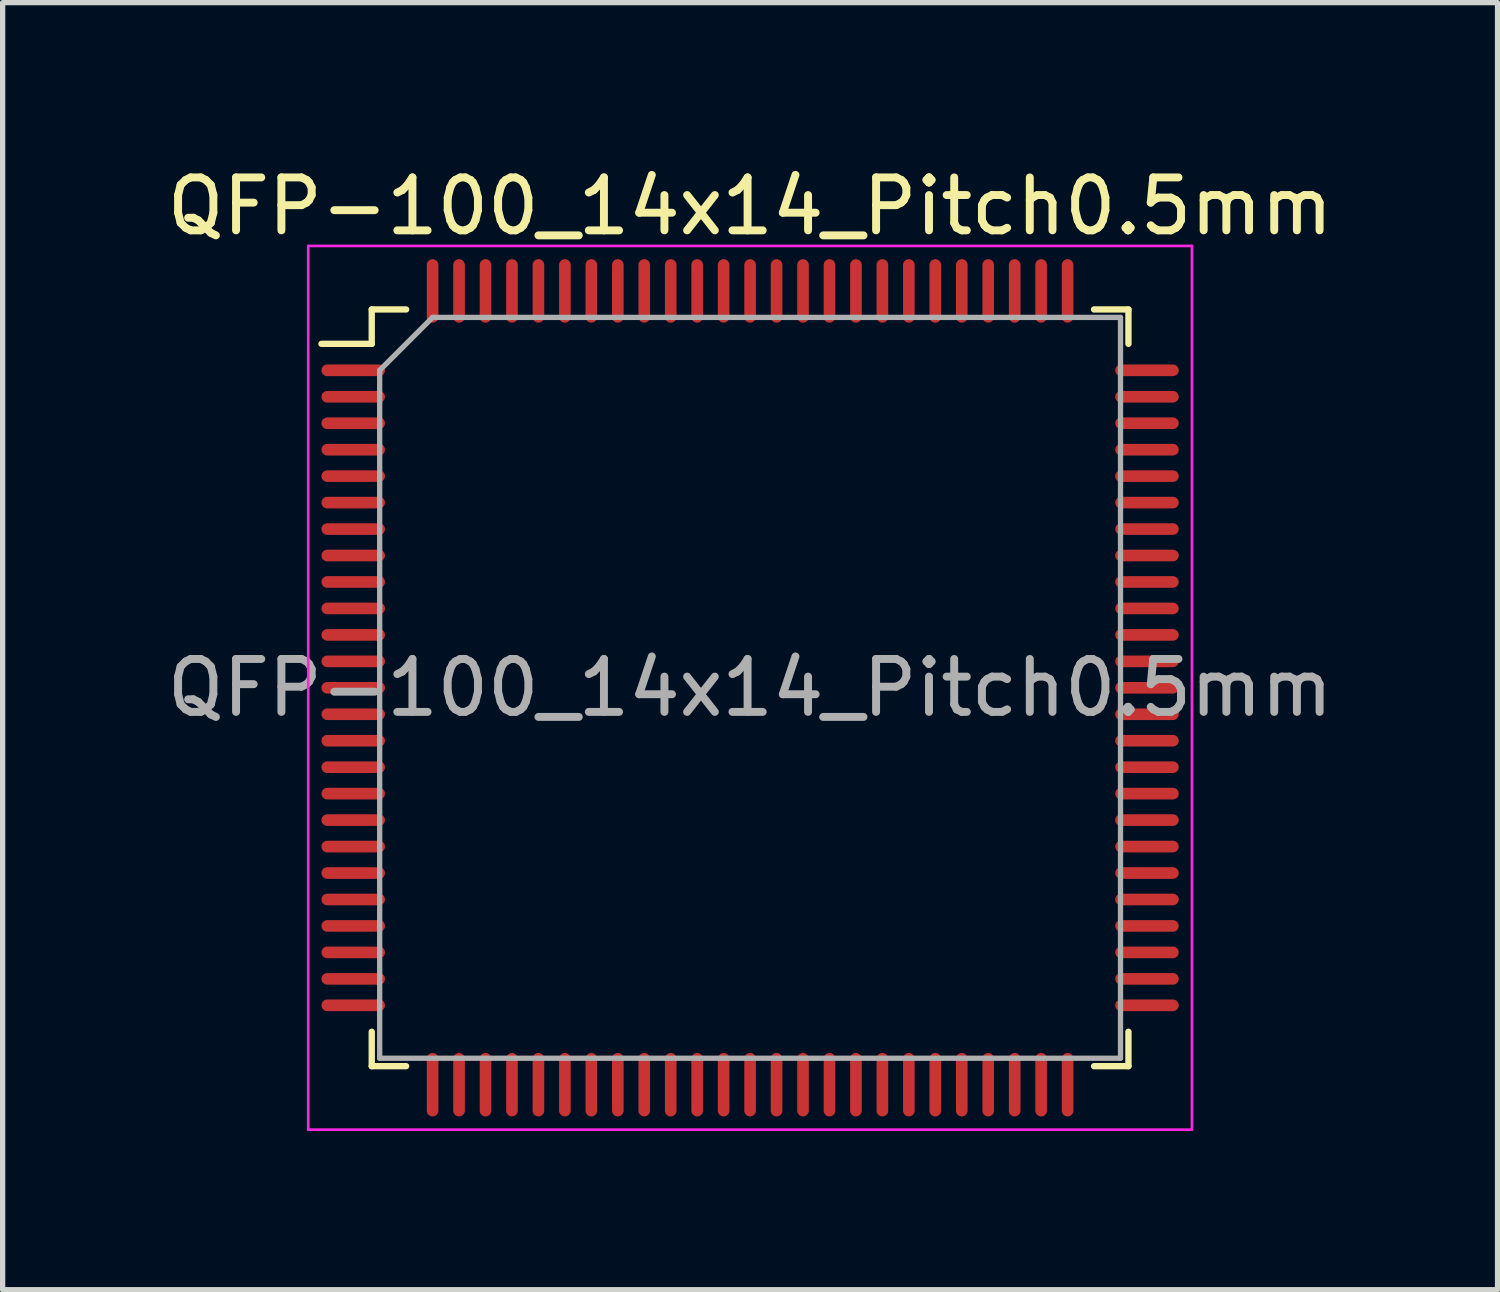
<source format=kicad_pcb>
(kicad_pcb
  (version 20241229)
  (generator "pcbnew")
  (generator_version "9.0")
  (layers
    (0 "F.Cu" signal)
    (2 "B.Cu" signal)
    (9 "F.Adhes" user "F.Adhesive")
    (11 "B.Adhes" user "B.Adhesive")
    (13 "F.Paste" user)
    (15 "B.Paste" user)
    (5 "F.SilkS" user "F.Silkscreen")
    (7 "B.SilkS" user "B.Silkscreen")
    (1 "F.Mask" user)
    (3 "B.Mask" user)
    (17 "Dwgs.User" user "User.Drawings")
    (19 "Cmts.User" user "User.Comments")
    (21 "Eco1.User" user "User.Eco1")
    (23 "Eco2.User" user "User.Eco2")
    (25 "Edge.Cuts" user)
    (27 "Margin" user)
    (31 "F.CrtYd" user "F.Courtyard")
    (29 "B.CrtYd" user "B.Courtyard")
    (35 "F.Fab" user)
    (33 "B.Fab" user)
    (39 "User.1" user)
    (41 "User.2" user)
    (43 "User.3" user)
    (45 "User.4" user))
  (footprint "QFP-100_14x14_Pitch0.5mm"
    (layer "F.Cu")
    (at 11.125 9.948)
    (property "Reference" "QFP-100_14x14_Pitch0.5mm" (at 0 -9.1 0) (layer "F.SilkS") (effects (font (size 1 1) (thickness 0.15))))
    (attr smd)
    (fp_line (start -7.15 -7.15) (end -7.15 -6.5) (stroke (width 0.12) (type default)) (layer "F.SilkS"))
    (fp_line (start -7.15 -6.5) (end -8.1 -6.5) (stroke (width 0.12) (type default)) (layer "F.SilkS"))
    (fp_line (start -7.15 7.15) (end -7.15 6.5) (stroke (width 0.12) (type default)) (layer "F.SilkS"))
    (fp_line (start -6.5 -7.15) (end -7.15 -7.15) (stroke (width 0.12) (type default)) (layer "F.SilkS"))
    (fp_line (start -6.5 7.15) (end -7.15 7.15) (stroke (width 0.12) (type default)) (layer "F.SilkS"))
    (fp_line (start 6.5 -7.15) (end 7.15 -7.15) (stroke (width 0.12) (type default)) (layer "F.SilkS"))
    (fp_line (start 6.5 7.15) (end 7.15 7.15) (stroke (width 0.12) (type default)) (layer "F.SilkS"))
    (fp_line (start 7.15 -7.15) (end 7.15 -6.5) (stroke (width 0.12) (type default)) (layer "F.SilkS"))
    (fp_line (start 7.15 7.15) (end 7.15 6.5) (stroke (width 0.12) (type default)) (layer "F.SilkS"))
    (fp_line (start -8.35 -8.35) (end 8.35 -8.35) (stroke (width 0.05) (type default)) (layer "F.CrtYd"))
    (fp_line (start -8.35 8.35) (end -8.35 -8.35) (stroke (width 0.05) (type default)) (layer "F.CrtYd"))
    (fp_line (start 8.35 -8.35) (end 8.35 8.35) (stroke (width 0.05) (type default)) (layer "F.CrtYd"))
    (fp_line (start 8.35 8.35) (end -8.35 8.35) (stroke (width 0.05) (type default)) (layer "F.CrtYd"))
    (fp_line (start -7 -6) (end -7 7) (stroke (width 0.1) (type default)) (layer "F.Fab"))
    (fp_line (start -7 7) (end 7 7) (stroke (width 0.1) (type default)) (layer "F.Fab"))
    (fp_line (start -6 -7) (end -7 -6) (stroke (width 0.1) (type default)) (layer "F.Fab"))
    (fp_line (start 7 -7) (end -6 -7) (stroke (width 0.1) (type default)) (layer "F.Fab"))
    (fp_line (start 7 7) (end 7 -7) (stroke (width 0.1) (type default)) (layer "F.Fab"))
    (fp_text user "${REFERENCE}" (at 0 0 0) (layer "F.Fab") (effects (font (size 1 1) (thickness 0.15))))
    (pad "1" smd oval (at -7.5 -6 90) (size 0.22 1.2) (layers "F.Cu" "F.Mask" "F.Paste"))
    (pad "2" smd oval (at -7.5 -5.5 90) (size 0.22 1.2) (layers "F.Cu" "F.Mask" "F.Paste"))
    (pad "3" smd oval (at -7.5 -5 90) (size 0.22 1.2) (layers "F.Cu" "F.Mask" "F.Paste"))
    (pad "4" smd oval (at -7.5 -4.5 90) (size 0.22 1.2) (layers "F.Cu" "F.Mask" "F.Paste"))
    (pad "5" smd oval (at -7.5 -4 90) (size 0.22 1.2) (layers "F.Cu" "F.Mask" "F.Paste"))
    (pad "6" smd oval (at -7.5 -3.5 90) (size 0.22 1.2) (layers "F.Cu" "F.Mask" "F.Paste"))
    (pad "7" smd oval (at -7.5 -3 90) (size 0.22 1.2) (layers "F.Cu" "F.Mask" "F.Paste"))
    (pad "8" smd oval (at -7.5 -2.5 90) (size 0.22 1.2) (layers "F.Cu" "F.Mask" "F.Paste"))
    (pad "9" smd oval (at -7.5 -2 90) (size 0.22 1.2) (layers "F.Cu" "F.Mask" "F.Paste"))
    (pad "10" smd oval (at -7.5 -1.5 90) (size 0.22 1.2) (layers "F.Cu" "F.Mask" "F.Paste"))
    (pad "11" smd oval (at -7.5 -1 90) (size 0.22 1.2) (layers "F.Cu" "F.Mask" "F.Paste"))
    (pad "12" smd oval (at -7.5 -0.5 90) (size 0.22 1.2) (layers "F.Cu" "F.Mask" "F.Paste"))
    (pad "13" smd oval (at -7.5 0 90) (size 0.22 1.2) (layers "F.Cu" "F.Mask" "F.Paste"))
    (pad "14" smd oval (at -7.5 0.5 90) (size 0.22 1.2) (layers "F.Cu" "F.Mask" "F.Paste"))
    (pad "15" smd oval (at -7.5 1 90) (size 0.22 1.2) (layers "F.Cu" "F.Mask" "F.Paste"))
    (pad "16" smd oval (at -7.5 1.5 90) (size 0.22 1.2) (layers "F.Cu" "F.Mask" "F.Paste"))
    (pad "17" smd oval (at -7.5 2 90) (size 0.22 1.2) (layers "F.Cu" "F.Mask" "F.Paste"))
    (pad "18" smd oval (at -7.5 2.5 90) (size 0.22 1.2) (layers "F.Cu" "F.Mask" "F.Paste"))
    (pad "19" smd oval (at -7.5 3 90) (size 0.22 1.2) (layers "F.Cu" "F.Mask" "F.Paste"))
    (pad "20" smd oval (at -7.5 3.5 90) (size 0.22 1.2) (layers "F.Cu" "F.Mask" "F.Paste"))
    (pad "21" smd oval (at -7.5 4 90) (size 0.22 1.2) (layers "F.Cu" "F.Mask" "F.Paste"))
    (pad "22" smd oval (at -7.5 4.5 90) (size 0.22 1.2) (layers "F.Cu" "F.Mask" "F.Paste"))
    (pad "23" smd oval (at -7.5 5 90) (size 0.22 1.2) (layers "F.Cu" "F.Mask" "F.Paste"))
    (pad "24" smd oval (at -7.5 5.5 90) (size 0.22 1.2) (layers "F.Cu" "F.Mask" "F.Paste"))
    (pad "25" smd oval (at -7.5 6 90) (size 0.22 1.2) (layers "F.Cu" "F.Mask" "F.Paste"))
    (pad "26" smd oval (at -6 7.5) (size 0.22 1.2) (layers "F.Cu" "F.Mask" "F.Paste"))
    (pad "27" smd oval (at -5.5 7.5) (size 0.22 1.2) (layers "F.Cu" "F.Mask" "F.Paste"))
    (pad "28" smd oval (at -5 7.5) (size 0.22 1.2) (layers "F.Cu" "F.Mask" "F.Paste"))
    (pad "29" smd oval (at -4.5 7.5) (size 0.22 1.2) (layers "F.Cu" "F.Mask" "F.Paste"))
    (pad "30" smd oval (at -4 7.5) (size 0.22 1.2) (layers "F.Cu" "F.Mask" "F.Paste"))
    (pad "31" smd oval (at -3.5 7.5) (size 0.22 1.2) (layers "F.Cu" "F.Mask" "F.Paste"))
    (pad "32" smd oval (at -3 7.5) (size 0.22 1.2) (layers "F.Cu" "F.Mask" "F.Paste"))
    (pad "33" smd oval (at -2.5 7.5) (size 0.22 1.2) (layers "F.Cu" "F.Mask" "F.Paste"))
    (pad "34" smd oval (at -2 7.5) (size 0.22 1.2) (layers "F.Cu" "F.Mask" "F.Paste"))
    (pad "35" smd oval (at -1.5 7.5) (size 0.22 1.2) (layers "F.Cu" "F.Mask" "F.Paste"))
    (pad "36" smd oval (at -1 7.5) (size 0.22 1.2) (layers "F.Cu" "F.Mask" "F.Paste"))
    (pad "37" smd oval (at -0.5 7.5) (size 0.22 1.2) (layers "F.Cu" "F.Mask" "F.Paste"))
    (pad "38" smd oval (at 0 7.5) (size 0.22 1.2) (layers "F.Cu" "F.Mask" "F.Paste"))
    (pad "39" smd oval (at 0.5 7.5) (size 0.22 1.2) (layers "F.Cu" "F.Mask" "F.Paste"))
    (pad "40" smd oval (at 1 7.5) (size 0.22 1.2) (layers "F.Cu" "F.Mask" "F.Paste"))
    (pad "41" smd oval (at 1.5 7.5) (size 0.22 1.2) (layers "F.Cu" "F.Mask" "F.Paste"))
    (pad "42" smd oval (at 2 7.5) (size 0.22 1.2) (layers "F.Cu" "F.Mask" "F.Paste"))
    (pad "43" smd oval (at 2.5 7.5) (size 0.22 1.2) (layers "F.Cu" "F.Mask" "F.Paste"))
    (pad "44" smd oval (at 3 7.5) (size 0.22 1.2) (layers "F.Cu" "F.Mask" "F.Paste"))
    (pad "45" smd oval (at 3.5 7.5) (size 0.22 1.2) (layers "F.Cu" "F.Mask" "F.Paste"))
    (pad "46" smd oval (at 4 7.5) (size 0.22 1.2) (layers "F.Cu" "F.Mask" "F.Paste"))
    (pad "47" smd oval (at 4.5 7.5) (size 0.22 1.2) (layers "F.Cu" "F.Mask" "F.Paste"))
    (pad "48" smd oval (at 5 7.5) (size 0.22 1.2) (layers "F.Cu" "F.Mask" "F.Paste"))
    (pad "49" smd oval (at 5.5 7.5) (size 0.22 1.2) (layers "F.Cu" "F.Mask" "F.Paste"))
    (pad "50" smd oval (at 6 7.5) (size 0.22 1.2) (layers "F.Cu" "F.Mask" "F.Paste"))
    (pad "51" smd oval (at 7.5 6 90) (size 0.22 1.2) (layers "F.Cu" "F.Mask" "F.Paste"))
    (pad "52" smd oval (at 7.5 5.5 90) (size 0.22 1.2) (layers "F.Cu" "F.Mask" "F.Paste"))
    (pad "53" smd oval (at 7.5 5 90) (size 0.22 1.2) (layers "F.Cu" "F.Mask" "F.Paste"))
    (pad "54" smd oval (at 7.5 4.5 90) (size 0.22 1.2) (layers "F.Cu" "F.Mask" "F.Paste"))
    (pad "55" smd oval (at 7.5 4 90) (size 0.22 1.2) (layers "F.Cu" "F.Mask" "F.Paste"))
    (pad "56" smd oval (at 7.5 3.5 90) (size 0.22 1.2) (layers "F.Cu" "F.Mask" "F.Paste"))
    (pad "57" smd oval (at 7.5 3 90) (size 0.22 1.2) (layers "F.Cu" "F.Mask" "F.Paste"))
    (pad "58" smd oval (at 7.5 2.5 90) (size 0.22 1.2) (layers "F.Cu" "F.Mask" "F.Paste"))
    (pad "59" smd oval (at 7.5 2 90) (size 0.22 1.2) (layers "F.Cu" "F.Mask" "F.Paste"))
    (pad "60" smd oval (at 7.5 1.5 90) (size 0.22 1.2) (layers "F.Cu" "F.Mask" "F.Paste"))
    (pad "61" smd oval (at 7.5 1 90) (size 0.22 1.2) (layers "F.Cu" "F.Mask" "F.Paste"))
    (pad "62" smd oval (at 7.5 0.5 90) (size 0.22 1.2) (layers "F.Cu" "F.Mask" "F.Paste"))
    (pad "63" smd oval (at 7.5 0 90) (size 0.22 1.2) (layers "F.Cu" "F.Mask" "F.Paste"))
    (pad "64" smd oval (at 7.5 -0.5 90) (size 0.22 1.2) (layers "F.Cu" "F.Mask" "F.Paste"))
    (pad "65" smd oval (at 7.5 -1 90) (size 0.22 1.2) (layers "F.Cu" "F.Mask" "F.Paste"))
    (pad "66" smd oval (at 7.5 -1.5 90) (size 0.22 1.2) (layers "F.Cu" "F.Mask" "F.Paste"))
    (pad "67" smd oval (at 7.5 -2 90) (size 0.22 1.2) (layers "F.Cu" "F.Mask" "F.Paste"))
    (pad "68" smd oval (at 7.5 -2.5 90) (size 0.22 1.2) (layers "F.Cu" "F.Mask" "F.Paste"))
    (pad "69" smd oval (at 7.5 -3 90) (size 0.22 1.2) (layers "F.Cu" "F.Mask" "F.Paste"))
    (pad "70" smd oval (at 7.5 -3.5 90) (size 0.22 1.2) (layers "F.Cu" "F.Mask" "F.Paste"))
    (pad "71" smd oval (at 7.5 -4 90) (size 0.22 1.2) (layers "F.Cu" "F.Mask" "F.Paste"))
    (pad "72" smd oval (at 7.5 -4.5 90) (size 0.22 1.2) (layers "F.Cu" "F.Mask" "F.Paste"))
    (pad "73" smd oval (at 7.5 -5 90) (size 0.22 1.2) (layers "F.Cu" "F.Mask" "F.Paste"))
    (pad "74" smd oval (at 7.5 -5.5 90) (size 0.22 1.2) (layers "F.Cu" "F.Mask" "F.Paste"))
    (pad "75" smd oval (at 7.5 -6 90) (size 0.22 1.2) (layers "F.Cu" "F.Mask" "F.Paste"))
    (pad "76" smd oval (at 6 -7.5) (size 0.22 1.2) (layers "F.Cu" "F.Mask" "F.Paste"))
    (pad "77" smd oval (at 5.5 -7.5) (size 0.22 1.2) (layers "F.Cu" "F.Mask" "F.Paste"))
    (pad "78" smd oval (at 5 -7.5) (size 0.22 1.2) (layers "F.Cu" "F.Mask" "F.Paste"))
    (pad "79" smd oval (at 4.5 -7.5) (size 0.22 1.2) (layers "F.Cu" "F.Mask" "F.Paste"))
    (pad "80" smd oval (at 4 -7.5) (size 0.22 1.2) (layers "F.Cu" "F.Mask" "F.Paste"))
    (pad "81" smd oval (at 3.5 -7.5) (size 0.22 1.2) (layers "F.Cu" "F.Mask" "F.Paste"))
    (pad "82" smd oval (at 3 -7.5) (size 0.22 1.2) (layers "F.Cu" "F.Mask" "F.Paste"))
    (pad "83" smd oval (at 2.5 -7.5) (size 0.22 1.2) (layers "F.Cu" "F.Mask" "F.Paste"))
    (pad "84" smd oval (at 2 -7.5) (size 0.22 1.2) (layers "F.Cu" "F.Mask" "F.Paste"))
    (pad "85" smd oval (at 1.5 -7.5) (size 0.22 1.2) (layers "F.Cu" "F.Mask" "F.Paste"))
    (pad "86" smd oval (at 1 -7.5) (size 0.22 1.2) (layers "F.Cu" "F.Mask" "F.Paste"))
    (pad "87" smd oval (at 0.5 -7.5) (size 0.22 1.2) (layers "F.Cu" "F.Mask" "F.Paste"))
    (pad "88" smd oval (at 0 -7.5) (size 0.22 1.2) (layers "F.Cu" "F.Mask" "F.Paste"))
    (pad "89" smd oval (at -0.5 -7.5) (size 0.22 1.2) (layers "F.Cu" "F.Mask" "F.Paste"))
    (pad "90" smd oval (at -1 -7.5) (size 0.22 1.2) (layers "F.Cu" "F.Mask" "F.Paste"))
    (pad "91" smd oval (at -1.5 -7.5) (size 0.22 1.2) (layers "F.Cu" "F.Mask" "F.Paste"))
    (pad "92" smd oval (at -2 -7.5) (size 0.22 1.2) (layers "F.Cu" "F.Mask" "F.Paste"))
    (pad "93" smd oval (at -2.5 -7.5) (size 0.22 1.2) (layers "F.Cu" "F.Mask" "F.Paste"))
    (pad "94" smd oval (at -3 -7.5) (size 0.22 1.2) (layers "F.Cu" "F.Mask" "F.Paste"))
    (pad "95" smd oval (at -3.5 -7.5) (size 0.22 1.2) (layers "F.Cu" "F.Mask" "F.Paste"))
    (pad "96" smd oval (at -4 -7.5) (size 0.22 1.2) (layers "F.Cu" "F.Mask" "F.Paste"))
    (pad "97" smd oval (at -4.5 -7.5) (size 0.22 1.2) (layers "F.Cu" "F.Mask" "F.Paste"))
    (pad "98" smd oval (at -5 -7.5) (size 0.22 1.2) (layers "F.Cu" "F.Mask" "F.Paste"))
    (pad "99" smd oval (at -5.5 -7.5) (size 0.22 1.2) (layers "F.Cu" "F.Mask" "F.Paste"))
    (pad "100" smd oval (at -6 -7.5) (size 0.22 1.2) (layers "F.Cu" "F.Mask" "F.Paste")))
  (gr_rect
    (start -3 -3)
    (end 25.25 21.323)
    (stroke (width 0.1) (type default))
    (fill no)
    (layer "Edge.Cuts")))
</source>
